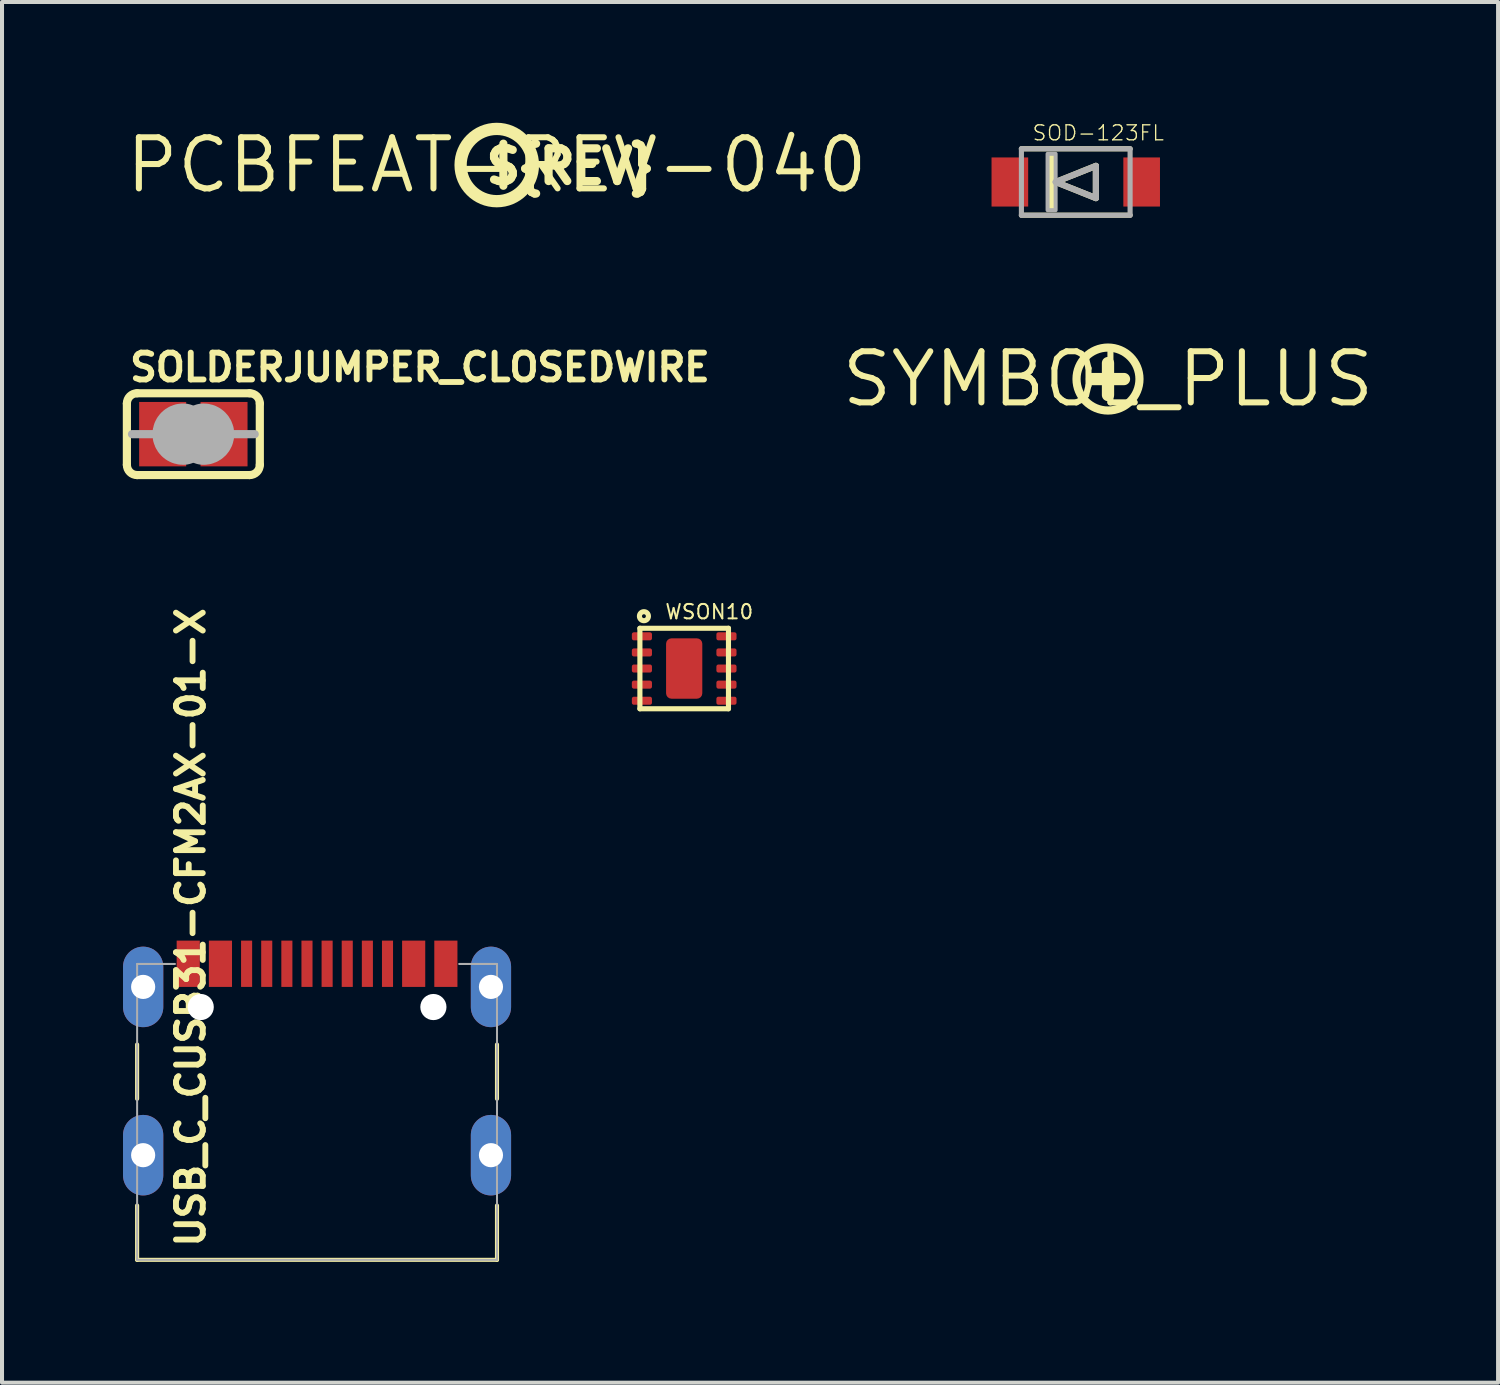
<source format=kicad_pcb>
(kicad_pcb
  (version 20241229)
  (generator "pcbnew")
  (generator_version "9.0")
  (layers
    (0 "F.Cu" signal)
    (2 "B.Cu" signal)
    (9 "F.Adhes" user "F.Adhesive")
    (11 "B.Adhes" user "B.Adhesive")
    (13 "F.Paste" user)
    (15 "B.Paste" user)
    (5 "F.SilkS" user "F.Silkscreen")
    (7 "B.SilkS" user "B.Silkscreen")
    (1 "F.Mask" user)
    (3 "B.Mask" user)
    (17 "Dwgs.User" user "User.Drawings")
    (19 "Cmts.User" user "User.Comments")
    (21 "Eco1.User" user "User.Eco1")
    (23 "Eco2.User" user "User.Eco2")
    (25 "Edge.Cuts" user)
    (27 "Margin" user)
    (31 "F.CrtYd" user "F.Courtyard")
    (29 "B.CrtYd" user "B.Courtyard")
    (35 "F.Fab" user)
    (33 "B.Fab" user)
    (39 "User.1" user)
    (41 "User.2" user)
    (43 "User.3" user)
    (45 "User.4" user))
  (footprint "SYMBOL_PLUS"
    (layer "F.Cu")
    (at 24.474 6.366)
    (property "Reference" "SYMBOL_PLUS" (at 0 0 0) (layer "F.SilkS") (effects (font (size 1.27 1.27) (thickness 0.15))))
    (fp_line (start 0 -0.397) (end 0 0.397) (stroke (width 0.305) (type solid)) (layer "F.SilkS"))
    (fp_line (start 0.397 0) (end -0.397 0) (stroke (width 0.305) (type solid)) (layer "F.SilkS"))
    (fp_circle (center 0 0) (end 0.782 0) (stroke (width 0.203) (type solid)) (fill no) (layer "F.SilkS")))
  (footprint "PCBFEAT-REV-040"
    (layer "F.Cu")
    (at 9.29 1.05)
    (property "Reference" "PCBFEAT-REV-040" (at 0 0 0) (layer "F.SilkS") (effects (font (size 1.27 1.27) (thickness 0.15))))
    (fp_circle (center 0 0) (end 0.898 0) (stroke (width 0.305) (type solid)) (fill no) (layer "F.SilkS"))
    (fp_text user "${REV}" (at -0.356 0.508 0) (unlocked yes) (layer "F.SilkS") (effects (font (size 0.813 0.813) (thickness 0.203)) (justify left bottom))))
  (footprint "SOD-123FL"
    (layer "F.Cu")
    (at 23.673 1.471)
    (property "Reference" "SOD-123FL" (at -1.1 -1 0) (unlocked yes) (layer "F.SilkS") (effects (font (size 0.374 0.374) (thickness 0.033)) (justify left bottom)))
    (fp_line (start -1.35 -0.825) (end 1.35 -0.825) (stroke (width 0.127) (type solid)) (layer "F.SilkS"))
    (fp_line (start -0.5 0) (end 0.5 -0.4) (stroke (width 0.152) (type solid)) (layer "F.SilkS"))
    (fp_line (start 0.5 -0.4) (end 0.5 0.4) (stroke (width 0.152) (type solid)) (layer "F.SilkS"))
    (fp_line (start 0.5 0.4) (end -0.5 0) (stroke (width 0.152) (type solid)) (layer "F.SilkS"))
    (fp_line (start 1.35 0.825) (end -1.35 0.825) (stroke (width 0.127) (type solid)) (layer "F.SilkS"))
    (fp_poly (pts (xy -0.7 0.7) (xy -0.5 0.7) (xy -0.5 -0.7) (xy -0.7 -0.7)) (stroke (width 0) (type default)) (fill yes) (layer "F.SilkS"))
    (fp_line (start -1.35 -0.825) (end 1.35 -0.825) (stroke (width 0.127) (type solid)) (layer "F.Fab"))
    (fp_line (start -1.35 0.825) (end -1.35 -0.825) (stroke (width 0.127) (type solid)) (layer "F.Fab"))
    (fp_line (start -0.5 0) (end 0.5 -0.4) (stroke (width 0.152) (type solid)) (layer "F.Fab"))
    (fp_line (start 0.5 -0.4) (end 0.5 0.4) (stroke (width 0.152) (type solid)) (layer "F.Fab"))
    (fp_line (start 0.5 0.4) (end -0.5 0) (stroke (width 0.152) (type solid)) (layer "F.Fab"))
    (fp_line (start 1.35 -0.825) (end 1.35 0.825) (stroke (width 0.127) (type solid)) (layer "F.Fab"))
    (fp_line (start 1.35 0.825) (end -1.35 0.825) (stroke (width 0.127) (type solid)) (layer "F.Fab"))
    (fp_poly (pts (xy -0.7 0.7) (xy -0.5 0.7) (xy -0.5 -0.7) (xy -0.7 -0.7)) (stroke (width 0.1) (type default)) (fill no) (layer "F.Fab"))
    (pad "A" smd rect (at 1.637 0) (size 0.91 1.22) (layers "F.Cu" "F.Mask" "F.Paste"))
    (pad "C" smd rect (at -1.637 0) (size 0.91 1.22) (layers "F.Cu" "F.Mask" "F.Paste")))
  (footprint "USB_C_CUSB31-CFM2AX-01-X"
    (layer "F.Cu")
    (at 4.826 23.166)
    (property "Reference" "USB_C_CUSB31-CFM2AX-01-X" (at -2.75 4.83 90) (unlocked yes) (layer "F.SilkS") (effects (font (size 0.666 0.666) (thickness 0.146)) (justify left bottom)))
    (fp_line (start -4.47 1.08) (end -4.47 -0.27) (stroke (width 0.102) (type solid)) (layer "F.SilkS"))
    (fp_line (start -4.47 5.08) (end -4.47 3.73) (stroke (width 0.102) (type solid)) (layer "F.SilkS"))
    (fp_line (start 4.47 -0.27) (end 4.47 1.08) (stroke (width 0.102) (type solid)) (layer "F.SilkS"))
    (fp_line (start 4.47 3.73) (end 4.47 5.08) (stroke (width 0.102) (type solid)) (layer "F.SilkS"))
    (fp_line (start 4.47 5.08) (end -4.47 5.08) (stroke (width 0.102) (type solid)) (layer "F.SilkS"))
    (fp_poly (pts (xy -3.378 -1.702) (xy -3.023 -1.702) (xy -3.023 -2.845) (xy -3.378 -2.845)) (stroke (width 0) (type default)) (fill yes) (layer "F.Paste"))
    (fp_poly (pts (xy -2.591 -1.702) (xy -2.21 -1.702) (xy -2.21 -2.845) (xy -2.591 -2.845)) (stroke (width 0) (type default)) (fill yes) (layer "F.Paste"))
    (fp_poly (pts (xy 2.21 -1.702) (xy 2.591 -1.702) (xy 2.591 -2.845) (xy 2.21 -2.845)) (stroke (width 0) (type default)) (fill yes) (layer "F.Paste"))
    (fp_poly (pts (xy 3.023 -1.702) (xy 3.378 -1.702) (xy 3.378 -2.845) (xy 3.023 -2.845)) (stroke (width 0) (type default)) (fill yes) (layer "F.Paste"))
    (fp_poly (pts (xy -4.169 -2.669) (xy -4.034 -2.6) (xy -3.928 -2.493) (xy -3.835 -2.21) (xy -3.835 -1.194) (xy -3.859 -1.045) (xy -3.928 -0.91) (xy -4.034 -0.803) (xy -4.318 -0.711) (xy -4.449 -0.729) (xy -4.572 -0.779) (xy -4.677 -0.86) (xy -4.758 -0.965) (xy -4.826 -1.219) (xy -4.826 -2.184) (xy -4.809 -2.316) (xy -4.758 -2.438) (xy -4.677 -2.544) (xy -4.572 -2.624) (xy -4.318 -2.692)) (stroke (width 0) (type default)) (fill yes) (layer "F.Paste"))
    (fp_poly (pts (xy -4.156 1.51) (xy -4.022 1.578) (xy -3.915 1.685) (xy -3.823 1.968) (xy -3.823 2.985) (xy -3.846 3.134) (xy -3.915 3.268) (xy -4.022 3.375) (xy -4.305 3.467) (xy -4.437 3.45) (xy -4.559 3.399) (xy -4.665 3.318) (xy -4.745 3.213) (xy -4.813 2.959) (xy -4.813 1.994) (xy -4.796 1.862) (xy -4.745 1.74) (xy -4.665 1.635) (xy -4.559 1.554) (xy -4.305 1.486)) (stroke (width 0) (type default)) (fill yes) (layer "F.Paste"))
    (fp_poly (pts (xy 4.48 -2.681) (xy 4.614 -2.613) (xy 4.721 -2.506) (xy 4.813 -2.223) (xy 4.813 -1.206) (xy 4.79 -1.057) (xy 4.721 -0.923) (xy 4.614 -0.816) (xy 4.331 -0.724) (xy 4.199 -0.741) (xy 4.077 -0.792) (xy 3.971 -0.873) (xy 3.891 -0.978) (xy 3.823 -1.232) (xy 3.823 -2.197) (xy 3.84 -2.329) (xy 3.891 -2.451) (xy 3.971 -2.556) (xy 4.077 -2.637) (xy 4.331 -2.705)) (stroke (width 0) (type default)) (fill yes) (layer "F.Paste"))
    (fp_poly (pts (xy 4.48 1.51) (xy 4.614 1.578) (xy 4.721 1.685) (xy 4.813 1.968) (xy 4.813 2.985) (xy 4.79 3.134) (xy 4.721 3.268) (xy 4.614 3.375) (xy 4.331 3.467) (xy 4.199 3.45) (xy 4.077 3.399) (xy 3.971 3.318) (xy 3.891 3.213) (xy 3.823 2.959) (xy 3.823 1.994) (xy 3.84 1.862) (xy 3.891 1.74) (xy 3.971 1.635) (xy 4.077 1.554) (xy 4.331 1.486)) (stroke (width 0) (type default)) (fill yes) (layer "F.Paste"))
    (fp_line (start -4.47 -2.27) (end -3.53 -2.27) (stroke (width 0.05) (type solid)) (layer "F.Fab"))
    (fp_line (start -4.47 5.08) (end -4.47 -2.27) (stroke (width 0.05) (type solid)) (layer "F.Fab"))
    (fp_line (start 3.53 -2.27) (end 4.47 -2.27) (stroke (width 0.05) (type solid)) (layer "F.Fab"))
    (fp_line (start 4.47 -2.27) (end 4.47 5.08) (stroke (width 0.05) (type solid)) (layer "F.Fab"))
    (fp_line (start 4.47 5.08) (end -4.47 5.08) (stroke (width 0.05) (type solid)) (layer "F.Fab"))
    (pad "" np_thru_hole circle (at -2.89 -1.2) (size 0.65 0.65) (drill 0.65) (layers "*.Cu" "*.Mask"))
    (pad "" np_thru_hole circle (at 2.89 -1.2) (size 0.65 0.65) (drill 0.65) (layers "*.Cu" "*.Mask"))
    (pad "A1B12" smd rect (at -3.2 -2.275) (size 0.575 1.15) (layers "F.Cu" "F.Mask"))
    (pad "A4B9" smd rect (at -2.4 -2.275) (size 0.575 1.15) (layers "F.Cu" "F.Mask"))
    (pad "A5" smd rect (at -1.25 -2.275) (size 0.275 1.15) (layers "F.Cu" "F.Mask" "F.Paste"))
    (pad "A6" smd rect (at -0.25 -2.275) (size 0.275 1.15) (layers "F.Cu" "F.Mask" "F.Paste"))
    (pad "A7" smd rect (at 0.25 -2.275) (size 0.275 1.15) (layers "F.Cu" "F.Mask" "F.Paste"))
    (pad "A8" smd rect (at 1.25 -2.275) (size 0.275 1.15) (layers "F.Cu" "F.Mask" "F.Paste"))
    (pad "B1A12" smd rect (at 3.2 -2.275) (size 0.575 1.15) (layers "F.Cu" "F.Mask"))
    (pad "B4A9" smd rect (at 2.4 -2.275) (size 0.575 1.15) (layers "F.Cu" "F.Mask"))
    (pad "B5" smd rect (at 1.75 -2.275) (size 0.275 1.15) (layers "F.Cu" "F.Mask" "F.Paste"))
    (pad "B6" smd rect (at 0.75 -2.275) (size 0.275 1.15) (layers "F.Cu" "F.Mask" "F.Paste"))
    (pad "B7" smd rect (at -0.75 -2.275) (size 0.275 1.15) (layers "F.Cu" "F.Mask" "F.Paste"))
    (pad "B8" smd rect (at -1.75 -2.275) (size 0.275 1.15) (layers "F.Cu" "F.Mask" "F.Paste"))
    (pad "M1" thru_hole oval (at -4.32 -1.7 90) (size 2 1) (drill 0.6) (layers "*.Cu" "*.Mask"))
    (pad "M2" thru_hole oval (at 4.32 -1.7 90) (size 2 1) (drill 0.6) (layers "*.Cu" "*.Mask"))
    (pad "M3" thru_hole oval (at -4.32 2.48 90) (size 2 1) (drill 0.6) (layers "*.Cu" "*.Mask"))
    (pad "M4" thru_hole oval (at 4.32 2.48 90) (size 2 1) (drill 0.6) (layers "*.Cu" "*.Mask")))
  (footprint "WSON10"
    (layer "F.Cu")
    (at 13.946 13.557)
    (property "Reference" "WSON10" (at -0.5 -1.2 0) (unlocked yes) (layer "F.SilkS") (effects (font (size 0.358 0.358) (thickness 0.049)) (justify left bottom)))
    (fp_line (start -1.1 -1) (end 1.1 -1) (stroke (width 0.127) (type solid)) (layer "F.SilkS"))
    (fp_line (start -1.1 1) (end -1.1 -1) (stroke (width 0.127) (type solid)) (layer "F.SilkS"))
    (fp_line (start 1.1 -1) (end 1.1 1) (stroke (width 0.127) (type solid)) (layer "F.SilkS"))
    (fp_line (start 1.1 1) (end -1.1 1) (stroke (width 0.127) (type solid)) (layer "F.SilkS"))
    (fp_circle (center -1 -1.3) (end -0.888 -1.3) (stroke (width 0.127) (type solid)) (fill no) (layer "F.SilkS"))
    (pad "1" smd roundrect (at -1.05 -0.8 90) (size 0.2 0.5) (layers "F.Cu" "F.Mask" "F.Paste") (roundrect_rratio 0.25))
    (pad "2" smd roundrect (at -1.05 -0.4 90) (size 0.2 0.5) (layers "F.Cu" "F.Mask" "F.Paste") (roundrect_rratio 0.25))
    (pad "3" smd roundrect (at -1.05 0 90) (size 0.2 0.5) (layers "F.Cu" "F.Mask" "F.Paste") (roundrect_rratio 0.25))
    (pad "4" smd roundrect (at -1.05 0.4 90) (size 0.2 0.5) (layers "F.Cu" "F.Mask" "F.Paste") (roundrect_rratio 0.25))
    (pad "5" smd roundrect (at -1.05 0.8 90) (size 0.2 0.5) (layers "F.Cu" "F.Mask" "F.Paste") (roundrect_rratio 0.25))
    (pad "6" smd roundrect (at 1.05 0.8 90) (size 0.2 0.5) (layers "F.Cu" "F.Mask" "F.Paste") (roundrect_rratio 0.25))
    (pad "7" smd roundrect (at 1.05 0.4 90) (size 0.2 0.5) (layers "F.Cu" "F.Mask" "F.Paste") (roundrect_rratio 0.25))
    (pad "8" smd roundrect (at 1.05 0 90) (size 0.2 0.5) (layers "F.Cu" "F.Mask" "F.Paste") (roundrect_rratio 0.25))
    (pad "9" smd roundrect (at 1.05 -0.4 90) (size 0.2 0.5) (layers "F.Cu" "F.Mask" "F.Paste") (roundrect_rratio 0.25))
    (pad "10" smd roundrect (at 1.05 -0.8 90) (size 0.2 0.5) (layers "F.Cu" "F.Mask" "F.Paste") (roundrect_rratio 0.25))
    (pad "PAD" smd roundrect (at 0 0) (size 0.9 1.5) (layers "F.Cu" "F.Mask" "F.Paste") (roundrect_rratio 0.15)))
  (footprint "SOLDERJUMPER_CLOSEDWIRE"
    (layer "F.Cu")
    (at 1.753 7.735)
    (property "Reference" "SOLDERJUMPER_CLOSEDWIRE" (at -1.651 -1.27 0) (unlocked yes) (layer "F.SilkS") (effects (font (size 0.666 0.666) (thickness 0.146)) (justify left bottom)))
    (fp_poly (pts (xy 1.397 0.889) (xy -1.397 0.889) (xy -1.397 -0.889) (xy 1.397 -0.889)) (stroke (width 0) (type default)) (fill yes) (layer "F.Mask"))
    (fp_line (start -1.651 0.762) (end -1.651 -0.762) (stroke (width 0.203) (type solid)) (layer "F.SilkS"))
    (fp_line (start -1.397 -1.016) (end 1.397 -1.016) (stroke (width 0.203) (type solid)) (layer "F.SilkS"))
    (fp_line (start 1.397 1.016) (end -1.397 1.016) (stroke (width 0.203) (type solid)) (layer "F.SilkS"))
    (fp_line (start 1.651 0.762) (end 1.651 -0.762) (stroke (width 0.203) (type solid)) (layer "F.SilkS"))
    (fp_arc (start -1.651 -0.762) (mid -1.576605 -0.941605) (end -1.397 -1.016) (stroke (width 0.2032) (type solid)) (layer "F.SilkS"))
    (fp_arc (start -1.397 1.016) (mid -1.576605 0.941605) (end -1.651 0.762) (stroke (width 0.2032) (type solid)) (layer "F.SilkS"))
    (fp_arc (start 1.397 -1.016) (mid 1.576605 -0.941605) (end 1.651 -0.762) (stroke (width 0.2032) (type solid)) (layer "F.SilkS"))
    (fp_arc (start 1.651 0.762) (mid 1.576605 0.941605) (end 1.397 1.016) (stroke (width 0.2032) (type solid)) (layer "F.SilkS"))
    (fp_line (start -1.016 0) (end -1.524 0) (stroke (width 0.203) (type solid)) (layer "F.Fab"))
    (fp_line (start 1.016 0) (end 1.524 0) (stroke (width 0.203) (type solid)) (layer "F.Fab"))
    (fp_arc (start -0.254 0.127) (mid -0.381 0) (end -0.254 -0.127) (stroke (width 1.27) (type solid)) (layer "F.Fab"))
    (fp_arc (start 0.254 -0.127) (mid 0.381 0) (end 0.254 0.127) (stroke (width 1.27) (type solid)) (layer "F.Fab"))
    (pad "1" smd rect (at -0.762 0) (size 1.168 1.6) (layers "F.Cu"))
    (pad "2" smd rect (at 0.762 0) (size 1.168 1.6) (layers "F.Cu"))
    (pad "WIRE" smd rect (at 0 0 180) (size 0.635 0.203) (layers "F.Cu")))
  (gr_rect
    (start -3 -3)
    (end 34.164 31.297)
    (stroke (width 0.1) (type default))
    (fill no)
    (layer "Edge.Cuts")))
</source>
